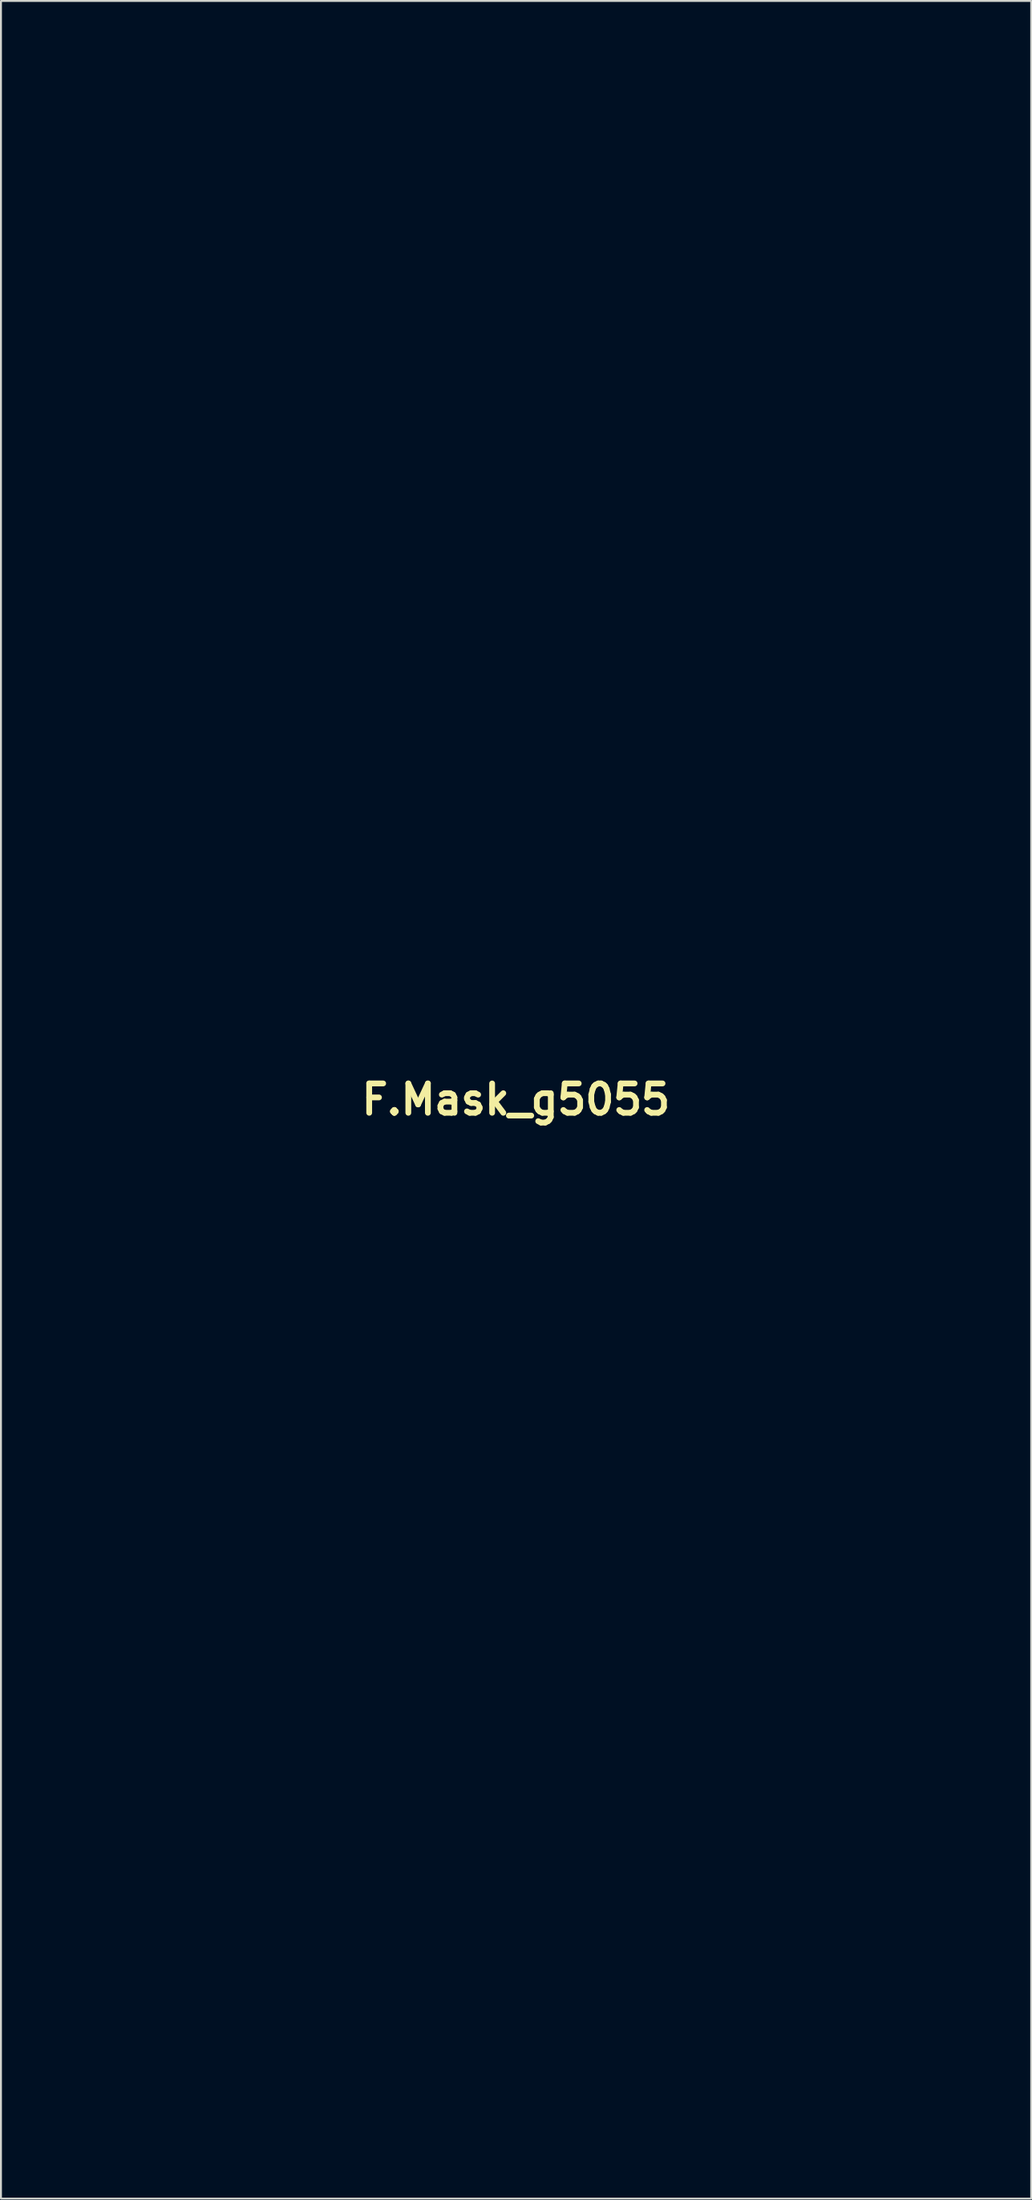
<source format=kicad_pcb>
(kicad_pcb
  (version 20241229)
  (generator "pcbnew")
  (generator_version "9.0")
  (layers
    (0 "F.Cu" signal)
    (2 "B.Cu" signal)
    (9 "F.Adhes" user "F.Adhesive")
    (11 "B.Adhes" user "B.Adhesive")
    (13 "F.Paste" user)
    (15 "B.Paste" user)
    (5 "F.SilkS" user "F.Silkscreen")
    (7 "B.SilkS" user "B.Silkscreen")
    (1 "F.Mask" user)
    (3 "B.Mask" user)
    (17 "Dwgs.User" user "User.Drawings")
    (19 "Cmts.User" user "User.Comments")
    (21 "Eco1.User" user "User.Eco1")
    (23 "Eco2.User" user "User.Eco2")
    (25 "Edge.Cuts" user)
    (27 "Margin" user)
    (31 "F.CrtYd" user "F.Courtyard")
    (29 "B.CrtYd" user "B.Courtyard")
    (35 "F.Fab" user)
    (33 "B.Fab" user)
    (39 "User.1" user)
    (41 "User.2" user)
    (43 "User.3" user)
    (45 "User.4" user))
  (footprint "F.Mask_g5055"
    (layer "F.Cu")
    (at 23.753 54.044)
    (property "Reference" "F.Mask_g5055" (at 0 0 0) (layer "F.SilkS") (effects (font (size 1.524 1.524) (thickness 0.3))))
    (attr through_hole)
    (fp_poly (pts (xy -6.056 -4.302) (xy -6.021 -4.261) (xy -5.99 -4.219) (xy -5.906 -4.115) (xy -5.795 -3.998) (xy -5.667 -3.876) (xy -5.531 -3.758) (xy -5.428 -3.678) (xy -5.324 -3.603) (xy -5.201 -3.522) (xy -5.058 -3.432) (xy -4.889 -3.331) (xy -4.692 -3.217) (xy -4.463 -3.089) (xy -4.297 -2.997) (xy -4.031 -2.847) (xy -3.798 -2.707) (xy -3.591 -2.572) (xy -3.404 -2.439) (xy -3.23 -2.303) (xy -3.207 -2.284) (xy -3.152 -2.236) (xy -3.072 -2.162) (xy -2.968 -2.064) (xy -2.845 -1.946) (xy -2.707 -1.812) (xy -2.556 -1.664) (xy -2.396 -1.506) (xy -2.232 -1.342) (xy -2.117 -1.227) (xy -1.953 -1.063) (xy -1.794 -0.906) (xy -1.644 -0.757) (xy -1.505 -0.621) (xy -1.381 -0.5) (xy -1.274 -0.397) (xy -1.189 -0.316) (xy -1.128 -0.26) (xy -1.099 -0.236) (xy -0.96 -0.125) (xy -0.921 0.654) (xy -0.904 1.08) (xy -0.895 1.466) (xy -0.895 1.816) (xy -0.904 2.132) (xy -0.923 2.416) (xy -0.95 2.671) (xy -0.988 2.898) (xy -1.035 3.101) (xy -1.071 3.221) (xy -1.081 3.254) (xy -1.089 3.279) (xy -1.102 3.299) (xy -1.124 3.314) (xy -1.161 3.328) (xy -1.218 3.343) (xy -1.3 3.359) (xy -1.413 3.38) (xy -1.563 3.407) (xy -1.566 3.408) (xy -1.64 3.423) (xy -1.75 3.445) (xy -1.889 3.474) (xy -2.051 3.509) (xy -2.232 3.548) (xy -2.424 3.59) (xy -2.622 3.634) (xy -2.699 3.651) (xy -3.025 3.723) (xy -3.313 3.786) (xy -3.57 3.841) (xy -3.798 3.887) (xy -4.002 3.927) (xy -4.187 3.961) (xy -4.356 3.989) (xy -4.514 4.012) (xy -4.665 4.032) (xy -4.814 4.049) (xy -4.942 4.062) (xy -5.132 4.076) (xy -5.343 4.086) (xy -5.562 4.093) (xy -5.776 4.095) (xy -5.973 4.093) (xy -6.138 4.085) (xy -6.468 4.056) (xy -6.761 4.014) (xy -7.023 3.956) (xy -7.258 3.882) (xy -7.47 3.789) (xy -7.664 3.675) (xy -7.845 3.54) (xy -8.016 3.381) (xy -8.027 3.37) (xy -8.147 3.234) (xy -8.268 3.075) (xy -8.379 2.908) (xy -8.466 2.754) (xy -8.561 2.54) (xy -8.646 2.294) (xy -8.72 2.025) (xy -8.78 1.742) (xy -8.797 1.64) (xy -8.817 1.472) (xy -8.829 1.274) (xy -8.835 1.055) (xy -8.833 0.828) (xy -8.825 0.603) (xy -8.81 0.391) (xy -8.788 0.203) (xy -8.786 0.194) (xy -8.694 -0.285) (xy -8.564 -0.754) (xy -8.395 -1.214) (xy -8.186 -1.666) (xy -7.938 -2.113) (xy -7.649 -2.554) (xy -7.319 -2.991) (xy -6.969 -3.401) (xy -6.894 -3.483) (xy -6.805 -3.578) (xy -6.707 -3.683) (xy -6.603 -3.791) (xy -6.498 -3.9) (xy -6.395 -4.005) (xy -6.3 -4.102) (xy -6.217 -4.186) (xy -6.149 -4.253) (xy -6.101 -4.298) (xy -6.077 -4.318) (xy -6.075 -4.318) (xy -6.056 -4.302)) (stroke (width 0.01) (type solid)) (fill yes) (layer "F.Mask"))
    (fp_poly (pts (xy 19.604 -54.034) (xy 19.736 -54.02) (xy 19.855 -53.992) (xy 19.977 -53.947) (xy 20.055 -53.913) (xy 20.256 -53.798) (xy 20.43 -53.653) (xy 20.579 -53.476) (xy 20.699 -53.276) (xy 20.753 -53.164) (xy 20.8 -53.05) (xy 20.84 -52.93) (xy 20.877 -52.796) (xy 20.91 -52.641) (xy 20.943 -52.46) (xy 20.976 -52.245) (xy 20.987 -52.165) (xy 21.008 -52.027) (xy 21.032 -51.889) (xy 21.056 -51.761) (xy 21.079 -51.657) (xy 21.093 -51.604) (xy 21.12 -51.509) (xy 21.146 -51.412) (xy 21.171 -51.311) (xy 21.197 -51.201) (xy 21.223 -51.079) (xy 21.252 -50.941) (xy 21.283 -50.783) (xy 21.318 -50.602) (xy 21.356 -50.395) (xy 21.4 -50.157) (xy 21.449 -49.884) (xy 21.504 -49.573) (xy 21.504 -49.572) (xy 21.562 -49.243) (xy 21.611 -48.945) (xy 21.653 -48.667) (xy 21.69 -48.402) (xy 21.722 -48.139) (xy 21.751 -47.869) (xy 21.777 -47.583) (xy 21.802 -47.272) (xy 21.823 -46.99) (xy 21.846 -46.667) (xy 21.868 -46.382) (xy 21.889 -46.131) (xy 21.908 -45.911) (xy 21.928 -45.716) (xy 21.947 -45.544) (xy 21.966 -45.389) (xy 21.972 -45.35) (xy 22.004 -45.107) (xy 22.032 -44.889) (xy 22.055 -44.687) (xy 22.074 -44.494) (xy 22.091 -44.302) (xy 22.104 -44.102) (xy 22.116 -43.887) (xy 22.126 -43.65) (xy 22.136 -43.382) (xy 22.14 -43.239) (xy 22.147 -42.976) (xy 22.15 -42.731) (xy 22.15 -42.495) (xy 22.145 -42.261) (xy 22.136 -42.021) (xy 22.123 -41.767) (xy 22.104 -41.492) (xy 22.081 -41.186) (xy 22.065 -41) (xy 22.049 -40.807) (xy 22.035 -40.642) (xy 22.022 -40.499) (xy 22.01 -40.373) (xy 21.998 -40.258) (xy 21.986 -40.148) (xy 21.972 -40.036) (xy 21.956 -39.918) (xy 21.937 -39.788) (xy 21.914 -39.64) (xy 21.887 -39.468) (xy 21.855 -39.266) (xy 21.818 -39.029) (xy 21.813 -39) (xy 21.793 -38.859) (xy 21.774 -38.692) (xy 21.757 -38.516) (xy 21.743 -38.346) (xy 21.738 -38.259) (xy 21.722 -38.02) (xy 21.7 -37.793) (xy 21.672 -37.566) (xy 21.635 -37.33) (xy 21.588 -37.073) (xy 21.534 -36.809) (xy 21.501 -36.648) (xy 21.466 -36.476) (xy 21.431 -36.306) (xy 21.4 -36.152) (xy 21.375 -36.026) (xy 21.307 -35.691) (xy 21.234 -35.378) (xy 21.154 -35.074) (xy 21.062 -34.767) (xy 20.956 -34.444) (xy 20.877 -34.22) (xy 20.834 -34.097) (xy 20.798 -33.987) (xy 20.768 -33.885) (xy 20.741 -33.782) (xy 20.717 -33.671) (xy 20.694 -33.547) (xy 20.671 -33.402) (xy 20.646 -33.229) (xy 20.617 -33.021) (xy 20.616 -33.009) (xy 20.574 -32.742) (xy 20.525 -32.504) (xy 20.465 -32.282) (xy 20.39 -32.065) (xy 20.311 -31.869) (xy 20.261 -31.75) (xy 20.2 -31.603) (xy 20.133 -31.439) (xy 20.066 -31.272) (xy 20.002 -31.112) (xy 19.991 -31.083) (xy 19.93 -30.935) (xy 19.854 -30.755) (xy 19.765 -30.551) (xy 19.666 -30.33) (xy 19.561 -30.099) (xy 19.453 -29.864) (xy 19.344 -29.632) (xy 19.239 -29.41) (xy 19.139 -29.205) (xy 19.049 -29.023) (xy 18.988 -28.903) (xy 18.93 -28.796) (xy 18.854 -28.66) (xy 18.763 -28.501) (xy 18.66 -28.324) (xy 18.549 -28.137) (xy 18.435 -27.945) (xy 18.321 -27.755) (xy 18.21 -27.573) (xy 18.106 -27.405) (xy 18.013 -27.257) (xy 17.936 -27.136) (xy 17.911 -27.098) (xy 17.838 -26.986) (xy 17.754 -26.85) (xy 17.668 -26.704) (xy 17.587 -26.564) (xy 17.555 -26.506) (xy 17.44 -26.298) (xy 17.336 -26.124) (xy 17.24 -25.976) (xy 17.147 -25.848) (xy 17.052 -25.734) (xy 16.973 -25.648) (xy 16.91 -25.583) (xy 16.862 -25.525) (xy 16.825 -25.469) (xy 16.795 -25.406) (xy 16.771 -25.329) (xy 16.75 -25.231) (xy 16.728 -25.104) (xy 16.708 -24.977) (xy 16.692 -24.843) (xy 16.681 -24.675) (xy 16.673 -24.48) (xy 16.67 -24.267) (xy 16.671 -24.043) (xy 16.677 -23.816) (xy 16.686 -23.594) (xy 16.7 -23.384) (xy 16.708 -23.294) (xy 16.742 -22.92) (xy 16.772 -22.58) (xy 16.799 -22.266) (xy 16.823 -21.971) (xy 16.845 -21.688) (xy 16.865 -21.408) (xy 16.884 -21.123) (xy 16.901 -20.849) (xy 16.923 -20.503) (xy 16.943 -20.195) (xy 16.961 -19.922) (xy 16.979 -19.678) (xy 16.995 -19.461) (xy 17.012 -19.265) (xy 17.028 -19.088) (xy 17.044 -18.924) (xy 17.061 -18.77) (xy 17.079 -18.622) (xy 17.091 -18.53) (xy 17.111 -18.394) (xy 17.131 -18.293) (xy 17.152 -18.22) (xy 17.179 -18.166) (xy 17.203 -18.135) (xy 17.21 -18.128) (xy 17.222 -18.123) (xy 17.242 -18.118) (xy 17.271 -18.114) (xy 17.312 -18.111) (xy 17.368 -18.108) (xy 17.442 -18.105) (xy 17.535 -18.103) (xy 17.65 -18.101) (xy 17.79 -18.1) (xy 17.958 -18.099) (xy 18.155 -18.098) (xy 18.385 -18.098) (xy 18.649 -18.098) (xy 18.951 -18.098) (xy 19.292 -18.098) (xy 19.293 -18.098) (xy 19.7 -18.097) (xy 20.065 -18.097) (xy 20.388 -18.095) (xy 20.669 -18.094) (xy 20.908 -18.091) (xy 21.106 -18.089) (xy 21.261 -18.086) (xy 21.375 -18.082) (xy 21.448 -18.078) (xy 21.472 -18.075) (xy 21.658 -18.02) (xy 21.824 -17.93) (xy 21.967 -17.808) (xy 22.082 -17.659) (xy 22.165 -17.487) (xy 22.201 -17.361) (xy 22.206 -17.318) (xy 22.21 -17.237) (xy 22.213 -17.123) (xy 22.217 -16.979) (xy 22.219 -16.809) (xy 22.221 -16.619) (xy 22.223 -16.412) (xy 22.225 -16.193) (xy 22.225 -15.965) (xy 22.226 -15.734) (xy 22.226 -15.504) (xy 22.225 -15.278) (xy 22.224 -15.061) (xy 22.222 -14.857) (xy 22.22 -14.671) (xy 22.218 -14.507) (xy 22.215 -14.369) (xy 22.211 -14.261) (xy 22.207 -14.188) (xy 22.204 -14.16) (xy 22.148 -13.975) (xy 22.053 -13.807) (xy 21.972 -13.709) (xy 21.861 -13.606) (xy 21.742 -13.528) (xy 21.608 -13.474) (xy 21.453 -13.439) (xy 21.269 -13.422) (xy 21.144 -13.42) (xy 20.876 -13.42) (xy 20.865 -13.192) (xy 20.844 -12.994) (xy 20.801 -12.82) (xy 20.731 -12.655) (xy 20.69 -12.581) (xy 20.624 -12.484) (xy 20.541 -12.385) (xy 20.454 -12.298) (xy 20.374 -12.235) (xy 20.369 -12.232) (xy 20.297 -12.188) (xy 20.463 -12.13) (xy 20.673 -12.036) (xy 20.858 -11.909) (xy 21.015 -11.753) (xy 21.142 -11.571) (xy 21.234 -11.365) (xy 21.262 -11.271) (xy 21.286 -11.135) (xy 21.295 -10.975) (xy 21.29 -10.807) (xy 21.272 -10.646) (xy 21.252 -10.553) (xy 21.209 -10.386) (xy 21.459 -10.13) (xy 21.566 -10.019) (xy 21.665 -9.911) (xy 21.761 -9.801) (xy 21.855 -9.686) (xy 21.953 -9.56) (xy 22.056 -9.419) (xy 22.17 -9.259) (xy 22.297 -9.074) (xy 22.441 -8.86) (xy 22.523 -8.737) (xy 22.709 -8.453) (xy 22.87 -8.198) (xy 23.009 -7.967) (xy 23.127 -7.755) (xy 23.226 -7.558) (xy 23.31 -7.372) (xy 23.379 -7.192) (xy 23.437 -7.014) (xy 23.484 -6.834) (xy 23.514 -6.698) (xy 23.584 -6.347) (xy 23.641 -6.03) (xy 23.687 -5.744) (xy 23.722 -5.484) (xy 23.747 -5.244) (xy 23.763 -5.021) (xy 23.77 -4.808) (xy 23.77 -4.74) (xy 23.762 -4.452) (xy 23.738 -4.195) (xy 23.696 -3.964) (xy 23.634 -3.751) (xy 23.551 -3.549) (xy 23.503 -3.451) (xy 23.465 -3.382) (xy 23.424 -3.314) (xy 23.378 -3.243) (xy 23.323 -3.165) (xy 23.255 -3.074) (xy 23.171 -2.967) (xy 23.067 -2.837) (xy 22.94 -2.681) (xy 22.911 -2.645) (xy 22.76 -2.457) (xy 22.635 -2.296) (xy 22.536 -2.157) (xy 22.458 -2.038) (xy 22.4 -1.934) (xy 22.38 -1.893) (xy 22.351 -1.818) (xy 22.33 -1.739) (xy 22.319 -1.651) (xy 22.317 -1.547) (xy 22.324 -1.42) (xy 22.341 -1.266) (xy 22.366 -1.077) (xy 22.37 -1.048) (xy 22.406 -0.794) (xy 22.434 -0.577) (xy 22.455 -0.39) (xy 22.469 -0.227) (xy 22.477 -0.083) (xy 22.478 0.048) (xy 22.474 0.172) (xy 22.464 0.294) (xy 22.456 0.37) (xy 22.402 0.663) (xy 22.314 0.93) (xy 22.193 1.174) (xy 22.036 1.394) (xy 21.961 1.479) (xy 21.833 1.602) (xy 21.67 1.737) (xy 21.477 1.881) (xy 21.257 2.031) (xy 21.015 2.183) (xy 20.756 2.336) (xy 20.485 2.485) (xy 20.438 2.509) (xy 20.333 2.565) (xy 20.242 2.616) (xy 20.172 2.658) (xy 20.128 2.687) (xy 20.116 2.698) (xy 20.117 2.727) (xy 20.125 2.789) (xy 20.14 2.879) (xy 20.16 2.988) (xy 20.181 3.093) (xy 20.231 3.354) (xy 20.269 3.583) (xy 20.296 3.79) (xy 20.315 3.985) (xy 20.324 4.177) (xy 20.327 4.329) (xy 20.323 4.525) (xy 20.31 4.717) (xy 20.291 4.894) (xy 20.265 5.05) (xy 20.234 5.175) (xy 20.219 5.217) (xy 20.132 5.384) (xy 20.006 5.54) (xy 19.842 5.684) (xy 19.642 5.815) (xy 19.409 5.932) (xy 19.144 6.034) (xy 18.849 6.119) (xy 18.763 6.139) (xy 18.55 6.187) (xy 18.277 6.771) (xy 18.106 7.141) (xy 17.952 7.476) (xy 17.816 7.779) (xy 17.696 8.055) (xy 17.589 8.307) (xy 17.496 8.537) (xy 17.415 8.749) (xy 17.344 8.947) (xy 17.282 9.132) (xy 17.228 9.31) (xy 17.18 9.482) (xy 17.169 9.525) (xy 17.116 9.745) (xy 17.078 9.937) (xy 17.053 10.115) (xy 17.038 10.29) (xy 17.034 10.475) (xy 17.033 10.499) (xy 17.034 10.596) (xy 17.036 10.677) (xy 17.04 10.749) (xy 17.048 10.821) (xy 17.061 10.901) (xy 17.08 10.995) (xy 17.107 11.112) (xy 17.141 11.261) (xy 17.154 11.314) (xy 17.244 11.699) (xy 17.322 12.047) (xy 17.39 12.363) (xy 17.447 12.65) (xy 17.495 12.913) (xy 17.534 13.154) (xy 17.565 13.378) (xy 17.588 13.59) (xy 17.604 13.792) (xy 17.614 13.989) (xy 17.618 14.182) (xy 17.618 14.379) (xy 17.615 14.577) (xy 17.609 14.769) (xy 17.601 14.949) (xy 17.59 15.111) (xy 17.578 15.248) (xy 17.565 15.352) (xy 17.556 15.399) (xy 17.487 15.602) (xy 17.386 15.781) (xy 17.255 15.933) (xy 17.097 16.055) (xy 16.916 16.145) (xy 16.714 16.198) (xy 16.695 16.201) (xy 16.635 16.213) (xy 16.607 16.227) (xy 16.602 16.251) (xy 16.605 16.263) (xy 16.611 16.298) (xy 16.621 16.367) (xy 16.636 16.464) (xy 16.652 16.579) (xy 16.669 16.701) (xy 16.704 16.944) (xy 16.743 17.211) (xy 16.786 17.498) (xy 16.832 17.801) (xy 16.881 18.114) (xy 16.931 18.434) (xy 16.982 18.756) (xy 17.034 19.075) (xy 17.085 19.388) (xy 17.135 19.69) (xy 17.183 19.976) (xy 17.228 20.242) (xy 17.27 20.483) (xy 17.308 20.696) (xy 17.342 20.875) (xy 17.368 21.009) (xy 17.548 21.828) (xy 17.748 22.615) (xy 17.966 23.371) (xy 18.203 24.092) (xy 18.458 24.778) (xy 18.73 25.427) (xy 18.815 25.613) (xy 18.877 25.749) (xy 18.923 25.854) (xy 18.956 25.938) (xy 18.979 26.008) (xy 18.995 26.072) (xy 19.006 26.14) (xy 19.011 26.174) (xy 19.021 26.302) (xy 19.025 26.449) (xy 19.022 26.605) (xy 19.013 26.756) (xy 18.999 26.892) (xy 18.98 27) (xy 18.975 27.019) (xy 18.909 27.201) (xy 18.814 27.38) (xy 18.699 27.541) (xy 18.633 27.614) (xy 18.476 27.743) (xy 18.291 27.849) (xy 18.088 27.926) (xy 17.876 27.971) (xy 17.715 27.982) (xy 17.653 27.984) (xy 17.622 27.992) (xy 17.612 28.016) (xy 17.611 28.051) (xy 17.614 28.129) (xy 17.625 28.245) (xy 17.641 28.396) (xy 17.663 28.577) (xy 17.691 28.786) (xy 17.723 29.02) (xy 17.759 29.273) (xy 17.799 29.543) (xy 17.841 29.827) (xy 17.887 30.12) (xy 17.934 30.42) (xy 17.983 30.722) (xy 18.033 31.023) (xy 18.083 31.32) (xy 18.131 31.591) (xy 18.199 31.976) (xy 18.272 32.376) (xy 18.348 32.786) (xy 18.426 33.199) (xy 18.505 33.611) (xy 18.584 34.017) (xy 18.662 34.411) (xy 18.738 34.787) (xy 18.811 35.141) (xy 18.879 35.467) (xy 18.942 35.76) (xy 18.977 35.916) (xy 19.025 36.134) (xy 19.063 36.317) (xy 19.092 36.47) (xy 19.112 36.599) (xy 19.124 36.71) (xy 19.129 36.808) (xy 19.127 36.9) (xy 19.119 36.99) (xy 19.115 37.023) (xy 19.064 37.28) (xy 18.978 37.511) (xy 18.859 37.717) (xy 18.705 37.898) (xy 18.517 38.054) (xy 18.295 38.185) (xy 18.098 38.27) (xy 18.013 38.302) (xy 17.941 38.329) (xy 17.892 38.347) (xy 17.881 38.351) (xy 17.867 38.362) (xy 17.872 38.384) (xy 17.898 38.424) (xy 17.949 38.486) (xy 17.963 38.502) (xy 18.265 38.882) (xy 18.551 39.295) (xy 18.818 39.738) (xy 19.063 40.205) (xy 19.285 40.691) (xy 19.481 41.189) (xy 19.649 41.696) (xy 19.787 42.205) (xy 19.893 42.712) (xy 19.965 43.212) (xy 19.983 43.392) (xy 19.996 43.631) (xy 19.998 43.877) (xy 19.988 44.121) (xy 19.969 44.354) (xy 19.939 44.566) (xy 19.901 44.749) (xy 19.886 44.805) (xy 19.869 44.883) (xy 19.876 44.951) (xy 19.882 44.975) (xy 19.891 45.024) (xy 19.898 45.108) (xy 19.903 45.217) (xy 19.906 45.343) (xy 19.907 45.403) (xy 19.906 45.538) (xy 19.904 45.64) (xy 19.899 45.718) (xy 19.89 45.781) (xy 19.877 45.838) (xy 19.858 45.899) (xy 19.858 45.9) (xy 19.79 46.076) (xy 19.71 46.224) (xy 19.608 46.361) (xy 19.505 46.471) (xy 19.401 46.569) (xy 19.298 46.652) (xy 19.187 46.724) (xy 19.061 46.789) (xy 18.912 46.852) (xy 18.731 46.918) (xy 18.673 46.938) (xy 18.658 46.953) (xy 18.673 46.983) (xy 18.683 46.997) (xy 18.872 47.242) (xy 19.035 47.466) (xy 19.177 47.675) (xy 19.303 47.878) (xy 19.418 48.081) (xy 19.495 48.228) (xy 19.669 48.605) (xy 19.808 48.988) (xy 19.916 49.383) (xy 19.993 49.796) (xy 20.042 50.235) (xy 20.046 50.294) (xy 20.055 50.462) (xy 20.059 50.635) (xy 20.056 50.817) (xy 20.048 51.011) (xy 20.033 51.222) (xy 20.012 51.454) (xy 19.983 51.71) (xy 19.947 51.994) (xy 19.903 52.311) (xy 19.851 52.664) (xy 19.835 52.769) (xy 19.81 52.94) (xy 19.785 53.118) (xy 19.761 53.293) (xy 19.741 53.453) (xy 19.725 53.588) (xy 19.718 53.655) (xy 19.707 53.767) (xy 19.697 53.863) (xy 19.689 53.936) (xy 19.683 53.978) (xy 19.681 53.985) (xy 19.659 53.985) (xy 19.597 53.986) (xy 19.493 53.986) (xy 19.35 53.987) (xy 19.168 53.987) (xy 18.948 53.988) (xy 18.691 53.989) (xy 18.397 53.99) (xy 18.068 53.991) (xy 17.705 53.991) (xy 17.308 53.992) (xy 16.878 53.994) (xy 16.416 53.995) (xy 15.923 53.996) (xy 15.4 53.997) (xy 14.847 53.998) (xy 14.266 53.999) (xy 13.658 54.001) (xy 13.022 54.002) (xy 12.361 54.004) (xy 11.675 54.005) (xy 10.964 54.006) (xy 10.23 54.008) (xy 9.474 54.01) (xy 8.697 54.011) (xy 7.898 54.013) (xy 7.08 54.014) (xy 6.243 54.016) (xy 5.388 54.018) (xy 4.515 54.019) (xy 3.626 54.021) (xy 2.722 54.023) (xy 1.803 54.025) (xy 0.87 54.026) (xy -0.075 54.028) (xy -1.033 54.03) (xy -2.002 54.032) (xy -2.981 54.034) (xy -3.97 54.035) (xy -4.967 54.037) (xy -5.972 54.039) (xy -6.983 54.041) (xy -8.001 54.043) (xy -9.024 54.045) (xy -10.051 54.047) (xy -11.081 54.048) (xy -12.114 54.05) (xy -13.149 54.052) (xy -13.77 54.053) (xy -21.646 54.067) (xy -21.681 53.899) (xy -21.736 53.619) (xy -21.778 53.349) (xy -21.809 53.079) (xy -21.829 52.8) (xy -21.839 52.503) (xy -21.84 52.178) (xy -21.838 52.023) (xy -21.817 51.533) (xy -21.774 51.065) (xy -21.731 50.779) (xy -11.853 50.779) (xy -11.853 53.255) (xy 10.901 53.255) (xy 10.901 50.779) (xy -11.853 50.779) (xy -21.731 50.779) (xy -21.706 50.61) (xy -21.613 50.16) (xy -21.491 49.705) (xy -21.34 49.238) (xy -21.215 48.897) (xy -21.099 48.592) (xy -21.132 48.421) (xy -21.195 47.997) (xy -21.221 47.58) (xy -21.208 47.173) (xy -21.157 46.779) (xy -21.069 46.4) (xy -21.039 46.304) (xy -20.978 46.112) (xy -21.028 46.059) (xy -21.101 45.967) (xy -21.176 45.849) (xy -21.244 45.72) (xy -21.299 45.593) (xy -21.305 45.576) (xy -21.343 45.431) (xy -21.367 45.262) (xy -21.377 45.081) (xy -21.374 44.897) (xy -21.357 44.722) (xy -21.327 44.567) (xy -21.289 44.452) (xy -21.253 44.329) (xy -21.244 44.217) (xy -21.247 44.142) (xy -21.26 44.071) (xy -21.286 43.998) (xy -21.329 43.916) (xy -21.392 43.818) (xy -21.479 43.696) (xy -21.509 43.654) (xy -21.602 43.527) (xy -21.674 43.426) (xy -21.729 43.343) (xy -21.772 43.271) (xy -21.807 43.203) (xy -21.834 43.145) (xy -21.916 42.912) (xy -21.959 42.675) (xy -21.962 42.429) (xy -21.94 42.247) (xy -21.896 42.028) (xy -21.837 41.824) (xy -21.759 41.624) (xy -21.658 41.42) (xy -21.531 41.202) (xy -21.478 41.118) (xy -21.353 40.911) (xy -21.254 40.721) (xy -21.177 40.536) (xy -21.118 40.344) (xy -21.073 40.134) (xy -21.049 39.984) (xy -21.023 39.833) (xy -20.991 39.711) (xy -20.946 39.606) (xy -20.883 39.505) (xy -20.796 39.395) (xy -20.765 39.359) (xy -20.677 39.255) (xy -20.614 39.167) (xy -20.571 39.084) (xy -20.542 38.993) (xy -20.523 38.882) (xy -20.512 38.783) (xy -20.474 38.522) (xy -20.413 38.289) (xy -20.324 38.072) (xy -20.205 37.861) (xy -20.127 37.747) (xy -20.003 37.574) (xy -20.003 37.404) (xy -19.999 37.29) (xy -19.988 37.155) (xy -19.973 37.012) (xy -19.953 36.873) (xy -19.932 36.751) (xy -19.91 36.657) (xy -19.908 36.65) (xy -19.891 36.591) (xy -19.882 36.551) (xy -19.882 36.543) (xy -19.903 36.535) (xy -19.953 36.52) (xy -20.013 36.503) (xy -20.202 36.437) (xy -20.391 36.348) (xy -20.573 36.242) (xy -20.741 36.124) (xy -20.888 35.997) (xy -21.007 35.868) (xy -21.093 35.74) (xy -21.103 35.721) (xy -21.133 35.654) (xy -21.158 35.588) (xy -21.177 35.518) (xy -21.189 35.444) (xy -21.195 35.362) (xy -21.193 35.271) (xy -21.182 35.167) (xy -21.164 35.048) (xy -21.136 34.913) (xy -21.099 34.758) (xy -21.052 34.58) (xy -20.994 34.378) (xy -20.925 34.15) (xy -20.845 33.891) (xy -20.752 33.601) (xy -20.647 33.277) (xy -20.528 32.916) (xy -20.486 32.787) (xy -20.389 32.494) (xy -20.304 32.236) (xy -20.231 32.011) (xy -20.167 31.814) (xy -20.112 31.64) (xy -20.065 31.485) (xy -20.025 31.347) (xy -19.99 31.219) (xy -19.96 31.099) (xy -19.934 30.981) (xy -19.91 30.863) (xy -19.887 30.739) (xy -19.865 30.606) (xy -19.843 30.459) (xy -19.818 30.295) (xy -19.791 30.109) (xy -19.78 30.034) (xy -19.756 29.869) (xy -19.733 29.716) (xy -19.713 29.581) (xy -19.696 29.469) (xy -19.682 29.384) (xy -19.674 29.334) (xy -19.672 29.323) (xy -19.671 29.296) (xy -19.69 29.27) (xy -19.736 29.239) (xy -19.788 29.21) (xy -19.911 29.128) (xy -20.031 29.02) (xy -20.138 28.897) (xy -20.218 28.772) (xy -20.234 28.74) (xy -20.297 28.575) (xy -20.332 28.416) (xy -20.341 28.253) (xy -20.321 28.081) (xy -20.274 27.892) (xy -20.202 27.686) (xy -20.179 27.624) (xy -20.144 27.527) (xy -20.099 27.401) (xy -20.045 27.25) (xy -19.985 27.079) (xy -19.919 26.893) (xy -19.851 26.699) (xy -19.797 26.543) (xy -19.679 26.206) (xy -19.574 25.906) (xy -19.479 25.639) (xy -19.393 25.403) (xy -19.315 25.193) (xy -19.243 25.008) (xy -19.177 24.842) (xy -19.115 24.693) (xy -19.056 24.558) (xy -18.998 24.433) (xy -18.941 24.315) (xy -18.89 24.217) (xy -18.774 23.995) (xy -18.822 23.814) (xy -18.841 23.737) (xy -18.854 23.665) (xy -18.862 23.587) (xy -18.867 23.495) (xy -18.868 23.376) (xy -18.868 23.283) (xy -18.867 23.145) (xy -18.863 23.038) (xy -18.856 22.951) (xy -18.845 22.875) (xy -18.829 22.797) (xy -18.81 22.724) (xy -18.747 22.529) (xy -18.653 22.309) (xy -18.53 22.066) (xy -18.38 21.802) (xy -18.293 21.661) (xy -18.204 21.519) (xy -18.135 21.404) (xy -18.081 21.311) (xy -18.039 21.231) (xy -18.007 21.158) (xy -17.98 21.083) (xy -17.955 20.999) (xy -17.93 20.9) (xy -17.915 20.843) (xy -17.893 20.754) (xy -17.861 20.631) (xy -17.822 20.48) (xy -17.777 20.308) (xy -17.728 20.121) (xy -17.677 19.927) (xy -17.625 19.731) (xy -17.618 19.706) (xy -17.54 19.413) (xy -17.473 19.155) (xy -17.416 18.93) (xy -17.367 18.731) (xy -17.325 18.556) (xy -17.291 18.398) (xy -17.261 18.254) (xy -17.236 18.12) (xy -17.215 17.99) (xy -17.207 17.939) (xy -17.19 17.828) (xy -17.174 17.725) (xy -17.156 17.624) (xy -17.136 17.52) (xy -17.113 17.405) (xy -17.085 17.273) (xy -17.052 17.118) (xy -17.01 16.933) (xy -16.968 16.742) (xy -16.905 16.459) (xy -16.852 16.213) (xy -16.81 16) (xy -16.777 15.818) (xy -16.752 15.662) (xy -16.737 15.528) (xy -16.729 15.414) (xy -16.728 15.316) (xy -16.734 15.23) (xy -16.741 15.185) (xy -16.755 15.111) (xy -16.777 15.022) (xy -16.802 14.925) (xy -16.83 14.828) (xy -16.857 14.74) (xy -16.881 14.669) (xy -16.9 14.623) (xy -16.911 14.611) (xy -17.107 14.7) (xy -17.304 14.749) (xy -17.498 14.758) (xy -17.687 14.725) (xy -17.839 14.667) (xy -17.93 14.616) (xy -18.013 14.555) (xy -18.091 14.48) (xy -18.168 14.385) (xy -18.248 14.267) (xy -18.334 14.12) (xy -18.43 13.94) (xy -18.477 13.846) (xy -18.666 13.434) (xy -18.826 13.007) (xy -18.958 12.561) (xy -19.064 12.091) (xy -19.145 11.591) (xy -19.16 11.472) (xy -19.171 11.355) (xy -19.179 11.203) (xy -19.184 11.025) (xy -19.187 10.828) (xy -19.188 10.62) (xy -19.186 10.408) (xy -19.181 10.202) (xy -19.175 10.008) (xy -19.166 9.835) (xy -19.155 9.689) (xy -19.149 9.631) (xy -19.045 8.938) (xy -18.904 8.26) (xy -18.724 7.594) (xy -18.504 6.936) (xy -18.244 6.284) (xy -18.079 5.918) (xy -18.037 5.828) (xy -18.002 5.752) (xy -17.979 5.698) (xy -17.971 5.675) (xy -17.971 5.675) (xy -17.982 5.654) (xy -18.015 5.606) (xy -18.061 5.542) (xy -18.095 5.497) (xy -18.219 5.331) (xy -18.502 5.323) (xy -18.836 5.295) (xy -19.149 5.23) (xy -19.44 5.13) (xy -19.709 4.994) (xy -19.955 4.821) (xy -20.082 4.711) (xy -20.238 4.551) (xy -20.364 4.394) (xy -20.468 4.226) (xy -20.529 4.103) (xy -20.616 3.88) (xy -20.677 3.646) (xy -20.711 3.412) (xy -20.715 3.191) (xy -20.711 3.143) (xy -20.702 3.055) (xy -20.688 2.932) (xy -20.67 2.783) (xy -20.649 2.613) (xy -20.625 2.431) (xy -20.601 2.244) (xy -20.576 2.059) (xy -20.553 1.883) (xy -20.53 1.724) (xy -20.511 1.589) (xy -20.495 1.485) (xy -20.489 1.449) (xy -20.473 1.352) (xy -20.459 1.272) (xy -20.45 1.216) (xy -20.447 1.194) (xy -20.466 1.189) (xy -20.513 1.186) (xy -20.537 1.186) (xy -20.597 1.192) (xy -20.646 1.213) (xy -20.699 1.259) (xy -20.709 1.269) (xy -20.841 1.372) (xy -20.996 1.445) (xy -21.166 1.487) (xy -21.344 1.499) (xy -21.522 1.478) (xy -21.693 1.425) (xy -21.78 1.381) (xy -21.859 1.327) (xy -21.954 1.248) (xy -22.055 1.152) (xy -22.153 1.051) (xy -22.239 0.951) (xy -22.281 0.896) (xy -22.36 0.772) (xy -22.435 0.631) (xy -10.089 0.631) (xy -10.083 1.186) (xy -10.05 1.75) (xy -9.991 2.313) (xy -9.907 2.869) (xy -9.894 2.938) (xy -9.841 3.218) (xy -9.791 3.459) (xy -9.742 3.666) (xy -9.693 3.843) (xy -9.643 3.992) (xy -9.589 4.118) (xy -9.53 4.224) (xy -9.465 4.314) (xy -9.392 4.393) (xy -9.309 4.462) (xy -9.236 4.514) (xy -9.137 4.576) (xy -9.035 4.629) (xy -8.925 4.677) (xy -8.8 4.72) (xy -8.657 4.761) (xy -8.488 4.8) (xy -8.29 4.841) (xy -8.055 4.883) (xy -8.022 4.889) (xy -7.756 4.939) (xy -7.528 4.989) (xy -7.333 5.04) (xy -7.167 5.096) (xy -7.024 5.156) (xy -6.901 5.224) (xy -6.793 5.299) (xy -6.782 5.307) (xy -6.654 5.428) (xy -6.532 5.582) (xy -6.416 5.77) (xy -6.305 5.994) (xy -6.197 6.257) (xy -6.091 6.561) (xy -6.084 6.582) (xy -5.995 6.858) (xy -5.914 7.098) (xy -5.84 7.304) (xy -5.771 7.482) (xy -5.705 7.635) (xy -5.641 7.768) (xy -5.575 7.885) (xy -5.507 7.989) (xy -5.434 8.085) (xy -5.355 8.177) (xy -5.325 8.21) (xy -5.27 8.262) (xy -5.187 8.335) (xy -5.082 8.424) (xy -4.959 8.523) (xy -4.825 8.63) (xy -4.685 8.738) (xy -4.545 8.843) (xy -4.434 8.925) (xy -4.013 9.213) (xy -3.593 9.459) (xy -3.171 9.666) (xy -2.744 9.835) (xy -2.308 9.967) (xy -1.862 10.064) (xy -1.587 10.106) (xy -1.469 10.117) (xy -1.321 10.126) (xy -1.154 10.132) (xy -0.977 10.135) (xy -0.8 10.136) (xy -0.634 10.133) (xy -0.489 10.127) (xy -0.374 10.118) (xy -0.359 10.117) (xy 0.031 10.052) (xy 0.392 9.957) (xy 0.729 9.831) (xy 0.91 9.746) (xy 1.001 9.697) (xy 1.094 9.643) (xy 1.182 9.589) (xy 1.261 9.536) (xy 1.326 9.49) (xy 1.371 9.454) (xy 1.391 9.431) (xy 1.381 9.425) (xy 1.376 9.426) (xy 1.089 9.48) (xy 0.771 9.523) (xy 0.433 9.553) (xy 0.085 9.571) (xy -0.159 9.575) (xy -0.535 9.567) (xy -0.878 9.542) (xy -1.195 9.499) (xy -1.492 9.437) (xy -1.774 9.354) (xy -2.05 9.248) (xy -2.254 9.155) (xy -2.462 9.043) (xy -2.663 8.915) (xy -2.862 8.766) (xy -3.066 8.59) (xy -3.284 8.383) (xy -3.303 8.363) (xy -3.574 8.073) (xy -3.816 7.774) (xy -4.034 7.459) (xy -4.232 7.121) (xy -4.416 6.753) (xy -4.518 6.521) (xy -4.556 6.427) (xy -4.599 6.318) (xy -4.644 6.2) (xy -4.689 6.081) (xy -4.731 5.966) (xy -4.768 5.862) (xy -4.797 5.777) (xy -4.816 5.716) (xy -4.823 5.686) (xy -4.822 5.684) (xy -4.801 5.678) (xy -4.744 5.663) (xy -4.656 5.64) (xy -4.543 5.611) (xy -4.411 5.578) (xy -4.264 5.541) (xy -4.255 5.538) (xy -3.769 5.412) (xy -3.32 5.288) (xy -2.905 5.164) (xy -2.518 5.039) (xy -2.156 4.911) (xy -1.813 4.779) (xy -1.683 4.726) (xy -1.437 4.625) (xy -1.225 4.542) (xy -1.041 4.473) (xy -0.88 4.419) (xy -0.737 4.378) (xy -0.607 4.348) (xy -0.485 4.328) (xy -0.366 4.316) (xy -0.245 4.311) (xy -0.201 4.311) (xy -0.107 4.312) (xy -0.028 4.316) (xy 0.045 4.325) (xy 0.118 4.34) (xy 0.2 4.363) (xy 0.298 4.397) (xy 0.42 4.444) (xy 0.573 4.504) (xy 0.582 4.508) (xy 0.895 4.628) (xy 1.201 4.733) (xy 1.511 4.827) (xy 1.835 4.913) (xy 2.184 4.994) (xy 2.487 5.057) (xy 2.666 5.092) (xy 2.818 5.12) (xy 2.952 5.143) (xy 3.077 5.161) (xy 3.205 5.176) (xy 3.344 5.189) (xy 3.504 5.202) (xy 3.695 5.216) (xy 3.725 5.218) (xy 3.963 5.235) (xy 4.165 5.254) (xy 4.335 5.275) (xy 4.48 5.299) (xy 4.605 5.325) (xy 4.715 5.357) (xy 4.72 5.358) (xy 4.925 5.443) (xy 5.099 5.555) (xy 5.241 5.693) (xy 5.334 5.828) (xy 5.4 5.944) (xy 5.806 5.688) (xy 5.954 5.595) (xy 6.118 5.491) (xy 6.285 5.385) (xy 6.442 5.285) (xy 6.571 5.203) (xy 6.688 5.13) (xy 6.8 5.063) (xy 6.901 5.006) (xy 6.981 4.964) (xy 7.034 4.941) (xy 7.036 4.94) (xy 7.098 4.926) (xy 7.189 4.914) (xy 7.313 4.904) (xy 7.474 4.895) (xy 7.62 4.889) (xy 7.81 4.881) (xy 7.965 4.871) (xy 8.09 4.859) (xy 8.193 4.842) (xy 8.279 4.821) (xy 8.355 4.793) (xy 8.428 4.759) (xy 8.448 4.749) (xy 8.518 4.705) (xy 8.582 4.656) (xy 8.604 4.635) (xy 8.66 4.577) (xy 8.492 4.637) (xy 8.341 4.681) (xy 8.179 4.712) (xy 8.001 4.727) (xy 7.804 4.728) (xy 7.585 4.714) (xy 7.338 4.685) (xy 7.06 4.641) (xy 6.748 4.582) (xy 6.693 4.571) (xy 6.489 4.531) (xy 6.311 4.5) (xy 6.144 4.477) (xy 5.972 4.46) (xy 5.781 4.447) (xy 5.736 4.445) (xy 5.58 4.435) (xy 5.436 4.422) (xy 5.295 4.405) (xy 5.15 4.383) (xy 4.995 4.354) (xy 4.823 4.318) (xy 4.625 4.272) (xy 4.396 4.216) (xy 4.339 4.202) (xy 4.113 4.146) (xy 3.921 4.1) (xy 3.756 4.062) (xy 3.613 4.033) (xy 3.485 4.01) (xy 3.366 3.992) (xy 3.248 3.979) (xy 3.125 3.969) (xy 2.991 3.961) (xy 2.919 3.958) (xy 2.762 3.95) (xy 2.619 3.94) (xy 2.484 3.927) (xy 2.351 3.91) (xy 2.215 3.888) (xy 2.071 3.86) (xy 1.913 3.825) (xy 1.736 3.781) (xy 1.534 3.728) (xy 1.302 3.665) (xy 1.058 3.598) (xy 0.854 3.544) (xy 0.629 3.492) (xy 0.402 3.444) (xy 0.191 3.405) (xy 0.144 3.397) (xy 0.104 3.389) (xy 0.077 3.375) (xy 0.057 3.345) (xy 0.035 3.29) (xy 0.013 3.222) (xy -0.023 3.101) (xy -0.055 2.979) (xy -0.084 2.85) (xy -0.111 2.711) (xy -0.136 2.556) (xy -0.16 2.38) (xy -0.183 2.18) (xy -0.207 1.951) (xy -0.233 1.688) (xy -0.254 1.448) (xy -0.27 1.266) (xy -0.286 1.09) (xy -0.301 0.926) (xy -0.315 0.78) (xy -0.327 0.659) (xy -0.337 0.57) (xy -0.342 0.53) (xy -0.356 0.364) (xy -0.352 0.213) (xy -0.327 0.073) (xy -0.28 -0.062) (xy -0.206 -0.195) (xy -0.105 -0.332) (xy 0.027 -0.478) (xy 0.191 -0.636) (xy 0.328 -0.758) (xy 0.5 -0.91) (xy 0.644 -1.042) (xy 0.762 -1.158) (xy 0.861 -1.264) (xy 0.945 -1.364) (xy 0.997 -1.432) (xy 1.071 -1.53) (xy 1.15 -1.62) (xy 1.239 -1.708) (xy 1.342 -1.798) (xy 1.464 -1.893) (xy 1.612 -2) (xy 1.789 -2.122) (xy 1.852 -2.164) (xy 2.04 -2.29) (xy 2.196 -2.398) (xy 2.326 -2.491) (xy 2.435 -2.573) (xy 2.526 -2.649) (xy 2.604 -2.722) (xy 2.675 -2.796) (xy 2.743 -2.875) (xy 2.812 -2.963) (xy 2.821 -2.974) (xy 2.894 -3.065) (xy 2.977 -3.154) (xy 3.073 -3.247) (xy 3.188 -3.347) (xy 3.329 -3.459) (xy 3.499 -3.59) (xy 3.506 -3.595) (xy 3.688 -3.736) (xy 3.836 -3.86) (xy 3.952 -3.97) (xy 4.04 -4.072) (xy 4.103 -4.167) (xy 4.144 -4.261) (xy 4.165 -4.357) (xy 4.17 -4.437) (xy 4.166 -4.518) (xy 4.157 -4.593) (xy 4.147 -4.63) (xy 4.125 -4.694) (xy 3.909 -4.582) (xy 3.813 -4.534) (xy 3.69 -4.477) (xy 3.553 -4.416) (xy 3.415 -4.358) (xy 3.348 -4.33) (xy 3.129 -4.239) (xy 2.945 -4.158) (xy 2.789 -4.082) (xy 2.656 -4.008) (xy 2.539 -3.933) (xy 2.433 -3.853) (xy 2.331 -3.765) (xy 2.227 -3.664) (xy 2.141 -3.575) (xy 2.057 -3.485) (xy 1.97 -3.389) (xy 1.878 -3.284) (xy 1.778 -3.165) (xy 1.666 -3.029) (xy 1.539 -2.872) (xy 1.394 -2.69) (xy 1.227 -2.48) (xy 1.175 -2.413) (xy 0.98 -2.167) (xy 0.808 -1.951) (xy 0.653 -1.762) (xy 0.513 -1.594) (xy 0.385 -1.443) (xy 0.264 -1.307) (xy 0.148 -1.18) (xy 0.032 -1.059) (xy -0.086 -0.94) (xy -0.11 -0.916) (xy -0.229 -0.801) (xy -0.325 -0.714) (xy -0.404 -0.651) (xy -0.47 -0.609) (xy -0.53 -0.584) (xy -0.589 -0.573) (xy -0.629 -0.572) (xy -0.716 -0.582) (xy -0.804 -0.613) (xy -0.897 -0.668) (xy -0.998 -0.75) (xy -1.11 -0.86) (xy -1.236 -1.003) (xy -1.38 -1.179) (xy -1.385 -1.185) (xy -1.481 -1.302) (xy -1.591 -1.429) (xy -1.704 -1.553) (xy -1.806 -1.66) (xy -1.818 -1.672) (xy -1.883 -1.737) (xy -1.944 -1.8) (xy -2.002 -1.863) (xy -2.064 -1.933) (xy -2.131 -2.012) (xy -2.208 -2.106) (xy -2.299 -2.218) (xy -2.406 -2.353) (xy -2.534 -2.515) (xy -2.603 -2.604) (xy -2.775 -2.811) (xy -2.96 -3.015) (xy -3.164 -3.217) (xy -3.389 -3.422) (xy -3.639 -3.631) (xy -3.917 -3.847) (xy -4.226 -4.075) (xy -4.571 -4.316) (xy -4.634 -4.359) (xy -4.834 -4.496) (xy -5.001 -4.616) (xy -5.141 -4.722) (xy -5.257 -4.816) (xy -5.354 -4.903) (xy -5.437 -4.985) (xy -5.453 -5.003) (xy -5.592 -5.175) (xy -5.691 -5.343) (xy -5.752 -5.511) (xy -5.774 -5.682) (xy -5.77 -5.783) (xy -5.74 -5.948) (xy -5.681 -6.133) (xy -5.596 -6.33) (xy -5.488 -6.532) (xy -5.36 -6.733) (xy -5.293 -6.826) (xy -5.203 -6.937) (xy -5.087 -7.07) (xy -4.948 -7.219) (xy -4.793 -7.379) (xy -4.625 -7.545) (xy -4.452 -7.711) (xy -4.278 -7.873) (xy -4.108 -8.024) (xy -3.968 -8.144) (xy -3.846 -8.248) (xy -3.722 -8.356) (xy -3.606 -8.461) (xy -3.504 -8.555) (xy -3.425 -8.633) (xy -3.407 -8.652) (xy -3.322 -8.743) (xy -3.246 -8.83) (xy -3.183 -8.908) (xy -3.136 -8.971) (xy -3.109 -9.015) (xy -3.105 -9.035) (xy -3.113 -9.035) (xy -3.146 -9.023) (xy -3.208 -9.002) (xy -3.287 -8.976) (xy -3.317 -8.966) (xy -3.531 -8.885) (xy -3.756 -8.781) (xy -3.995 -8.652) (xy -4.251 -8.496) (xy -4.525 -8.312) (xy -4.821 -8.098) (xy -5.14 -7.853) (xy -5.202 -7.805) (xy -5.23 -7.791) (xy -5.238 -7.792) (xy -5.238 -7.816) (xy -5.23 -7.874) (xy -5.216 -7.958) (xy -5.196 -8.059) (xy -5.173 -8.171) (xy -5.148 -8.286) (xy -5.122 -8.396) (xy -5.098 -8.494) (xy -5.092 -8.518) (xy -4.989 -8.858) (xy -4.869 -9.194) (xy -4.729 -9.528) (xy -4.566 -9.866) (xy -4.379 -10.21) (xy -4.166 -10.564) (xy -3.924 -10.934) (xy -3.651 -11.322) (xy -3.463 -11.578) (xy -3.303 -11.785) (xy -3.158 -11.961) (xy -3.023 -12.109) (xy -2.892 -12.234) (xy -2.76 -12.342) (xy -2.622 -12.437) (xy -2.473 -12.525) (xy -2.399 -12.563) (xy -2.114 -12.689) (xy -1.821 -12.779) (xy -1.515 -12.833) (xy -1.189 -12.854) (xy -1.132 -12.854) (xy -0.78 -12.833) (xy -0.442 -12.774) (xy -0.122 -12.676) (xy 0.181 -12.54) (xy 0.465 -12.367) (xy 0.728 -12.156) (xy 0.834 -12.056) (xy 0.897 -11.991) (xy 0.982 -11.901) (xy 1.084 -11.79) (xy 1.199 -11.664) (xy 1.321 -11.529) (xy 1.444 -11.392) (xy 1.495 -11.334) (xy 1.748 -11.052) (xy 1.981 -10.802) (xy 2.196 -10.583) (xy 2.395 -10.392) (xy 2.582 -10.228) (xy 2.758 -10.088) (xy 2.928 -9.97) (xy 3.094 -9.872) (xy 3.258 -9.792) (xy 3.424 -9.728) (xy 3.594 -9.678) (xy 3.715 -9.65) (xy 3.794 -9.637) (xy 3.89 -9.626) (xy 3.995 -9.617) (xy 4.1 -9.611) (xy 4.198 -9.608) (xy 4.279 -9.609) (xy 4.336 -9.613) (xy 4.36 -9.622) (xy 4.36 -9.623) (xy 4.347 -9.648) (xy 4.313 -9.694) (xy 4.266 -9.753) (xy 4.214 -9.814) (xy 4.163 -9.868) (xy 4.141 -9.891) (xy 4.078 -9.951) (xy 3.78 -9.936) (xy 3.585 -9.932) (xy 3.429 -9.939) (xy 3.31 -9.958) (xy 3.225 -9.989) (xy 3.196 -10.008) (xy 3.181 -10.024) (xy 3.168 -10.048) (xy 3.156 -10.085) (xy 3.146 -10.139) (xy 3.136 -10.214) (xy 3.126 -10.315) (xy 3.115 -10.446) (xy 3.103 -10.611) (xy 3.092 -10.77) (xy 3.082 -10.898) (xy 3.072 -10.991) (xy 3.06 -11.058) (xy 3.046 -11.106) (xy 3.027 -11.144) (xy 3.025 -11.147) (xy 2.994 -11.185) (xy 2.937 -11.244) (xy 2.86 -11.317) (xy 2.771 -11.399) (xy 2.702 -11.459) (xy 2.562 -11.584) (xy 2.456 -11.688) (xy 2.383 -11.772) (xy 2.354 -11.813) (xy 2.321 -11.867) (xy 2.27 -11.95) (xy 2.207 -12.052) (xy 2.136 -12.167) (xy 2.062 -12.286) (xy 2.061 -12.287) (xy 1.988 -12.407) (xy 1.918 -12.522) (xy 1.856 -12.626) (xy 1.808 -12.71) (xy 1.777 -12.767) (xy 1.777 -12.767) (xy 1.711 -12.909) (xy 1.642 -13.081) (xy 1.574 -13.274) (xy 1.511 -13.475) (xy 1.473 -13.61) (xy 1.421 -13.786) (xy 1.369 -13.935) (xy 1.317 -14.055) (xy 1.267 -14.142) (xy 1.222 -14.19) (xy 1.221 -14.191) (xy 1.198 -14.2) (xy 1.157 -14.207) (xy 1.093 -14.213) (xy 1.004 -14.219) (xy 0.884 -14.223) (xy 0.731 -14.227) (xy 0.54 -14.231) (xy 0.508 -14.231) (xy 0.292 -14.235) (xy 0.115 -14.24) (xy -0.029 -14.246) (xy -0.142 -14.253) (xy -0.23 -14.262) (xy -0.295 -14.272) (xy -0.307 -14.274) (xy -0.412 -14.293) (xy -0.518 -14.304) (xy -0.634 -14.305) (xy -0.767 -14.296) (xy -0.926 -14.278) (xy -1.116 -14.249) (xy -1.143 -14.245) (xy -1.347 -14.215) (xy -1.517 -14.195) (xy -1.662 -14.185) (xy -1.788 -14.186) (xy -1.904 -14.197) (xy -2 -14.214) (xy -2.184 -14.242) (xy -2.34 -14.241) (xy -2.469 -14.21) (xy -2.576 -14.15) (xy -2.595 -14.135) (xy -2.683 -14.036) (xy -2.74 -13.919) (xy -2.767 -13.781) (xy -2.763 -13.619) (xy -2.73 -13.43) (xy -2.72 -13.39) (xy -2.685 -13.227) (xy -2.672 -13.099) (xy -2.682 -13.003) (xy -2.712 -12.94) (xy -2.749 -12.904) (xy -2.796 -12.878) (xy -2.859 -12.859) (xy -2.945 -12.846) (xy -3.06 -12.839) (xy -3.21 -12.836) (xy -3.239 -12.836) (xy -3.399 -12.835) (xy -3.522 -12.834) (xy -3.613 -12.833) (xy -3.675 -12.83) (xy -3.715 -12.825) (xy -3.736 -12.817) (xy -3.743 -12.806) (xy -3.742 -12.791) (xy -3.738 -12.774) (xy -3.739 -12.699) (xy -3.777 -12.614) (xy -3.854 -12.515) (xy -3.914 -12.454) (xy -3.987 -12.381) (xy -4.034 -12.32) (xy -4.065 -12.256) (xy -4.079 -12.214) (xy -4.101 -12.102) (xy -4.112 -11.965) (xy -4.11 -11.818) (xy -4.096 -11.677) (xy -4.077 -11.582) (xy -4.06 -11.512) (xy -4.047 -11.46) (xy -4.043 -11.439) (xy -4.063 -11.436) (xy -4.118 -11.433) (xy -4.2 -11.431) (xy -4.302 -11.43) (xy -4.348 -11.43) (xy -4.654 -11.43) (xy -4.694 -11.372) (xy -4.718 -11.329) (xy -4.752 -11.257) (xy -4.792 -11.167) (xy -4.825 -11.087) (xy -4.873 -10.975) (xy -4.918 -10.889) (xy -4.968 -10.812) (xy -5.034 -10.729) (xy -5.072 -10.685) (xy -5.177 -10.564) (xy -5.255 -10.466) (xy -5.31 -10.383) (xy -5.346 -10.309) (xy -5.366 -10.237) (xy -5.375 -10.16) (xy -5.376 -10.124) (xy -5.381 -10.08) (xy -5.401 -10.048) (xy -5.443 -10.023) (xy -5.514 -10) (xy -5.589 -9.982) (xy -5.675 -9.955) (xy -5.758 -9.919) (xy -5.802 -9.894) (xy -5.89 -9.826) (xy -6 -9.728) (xy -6.128 -9.604) (xy -6.271 -9.459) (xy -6.424 -9.297) (xy -6.539 -9.17) (xy -6.63 -9.069) (xy -6.712 -8.978) (xy -6.782 -8.901) (xy -6.834 -8.845) (xy -6.865 -8.813) (xy -6.869 -8.81) (xy -6.891 -8.764) (xy -6.9 -8.68) (xy -6.9 -8.667) (xy -6.9 -8.551) (xy -7.274 -8.551) (xy -7.558 -8.357) (xy -7.729 -8.241) (xy -7.87 -8.145) (xy -7.984 -8.068) (xy -8.078 -8.007) (xy -8.154 -7.958) (xy -8.217 -7.919) (xy -8.273 -7.887) (xy -8.325 -7.859) (xy -8.376 -7.832) (xy -8.52 -7.767) (xy -8.673 -7.71) (xy -8.818 -7.666) (xy -8.872 -7.653) (xy -8.909 -7.641) (xy -8.922 -7.615) (xy -8.92 -7.563) (xy -8.92 -7.562) (xy -8.915 -7.509) (xy -8.907 -7.426) (xy -8.898 -7.325) (xy -8.889 -7.228) (xy -8.879 -7.132) (xy -8.864 -7.004) (xy -8.846 -6.854) (xy -8.826 -6.692) (xy -8.804 -6.529) (xy -8.794 -6.456) (xy -8.758 -6.187) (xy -8.728 -5.954) (xy -8.704 -5.75) (xy -8.686 -5.568) (xy -8.672 -5.403) (xy -8.663 -5.248) (xy -8.657 -5.096) (xy -8.655 -4.941) (xy -8.654 -4.889) (xy -8.659 -4.608) (xy -8.676 -4.357) (xy -8.708 -4.128) (xy -8.755 -3.912) (xy -8.819 -3.699) (xy -8.902 -3.479) (xy -8.902 -3.478) (xy -8.93 -3.413) (xy -8.974 -3.316) (xy -9.029 -3.193) (xy -9.094 -3.05) (xy -9.166 -2.895) (xy -9.241 -2.732) (xy -9.282 -2.646) (xy -9.419 -2.349) (xy -9.537 -2.085) (xy -9.638 -1.848) (xy -9.724 -1.632) (xy -9.796 -1.434) (xy -9.856 -1.247) (xy -9.906 -1.068) (xy -9.946 -0.89) (xy -9.98 -0.71) (xy -10.009 -0.521) (xy -10.021 -0.421) (xy -10.069 0.093) (xy -10.089 0.631) (xy -22.435 0.631) (xy -22.44 0.621) (xy -22.514 0.459) (xy -22.575 0.302) (xy -22.604 0.211) (xy -22.629 0.117) (xy -22.65 0.028) (xy -22.668 -0.06) (xy -22.682 -0.153) (xy -22.693 -0.255) (xy -22.702 -0.37) (xy -22.709 -0.504) (xy -22.714 -0.66) (xy -22.718 -0.843) (xy -22.72 -1.057) (xy -22.722 -1.308) (xy -22.722 -1.408) (xy -22.723 -1.694) (xy -22.722 -1.943) (xy -22.72 -2.159) (xy -22.717 -2.345) (xy -22.712 -2.506) (xy -22.706 -2.647) (xy -22.697 -2.772) (xy -22.686 -2.886) (xy -22.672 -2.992) (xy -22.655 -3.095) (xy -22.637 -3.196) (xy -22.587 -3.42) (xy -22.522 -3.671) (xy -22.443 -3.94) (xy -22.354 -4.216) (xy -22.258 -4.489) (xy -22.158 -4.75) (xy -22.149 -4.771) (xy -22.124 -4.837) (xy -22.108 -4.885) (xy -22.105 -4.904) (xy -22.126 -4.899) (xy -22.177 -4.879) (xy -22.248 -4.848) (xy -22.293 -4.827) (xy -22.439 -4.764) (xy -22.56 -4.72) (xy -22.668 -4.693) (xy -22.773 -4.681) (xy -22.888 -4.681) (xy -22.901 -4.682) (xy -23.094 -4.71) (xy -23.27 -4.777) (xy -23.426 -4.88) (xy -23.452 -4.902) (xy -23.579 -5.038) (xy -23.67 -5.189) (xy -23.726 -5.355) (xy -23.748 -5.54) (xy -23.736 -5.747) (xy -23.691 -5.978) (xy -23.687 -5.994) (xy -23.584 -6.325) (xy -23.45 -6.647) (xy -23.281 -6.963) (xy -23.079 -7.273) (xy -22.84 -7.579) (xy -22.565 -7.883) (xy -22.251 -8.186) (xy -21.898 -8.491) (xy -21.504 -8.797) (xy -21.426 -8.855) (xy -21.103 -9.091) (xy -21.116 -9.251) (xy -21.119 -9.377) (xy -21.104 -9.5) (xy -21.069 -9.631) (xy -21.011 -9.779) (xy -20.965 -9.882) (xy -20.808 -10.17) (xy -20.623 -10.43) (xy -20.432 -10.641) (xy -20.235 -10.837) (xy -20.305 -10.928) (xy -20.362 -11.007) (xy -20.406 -11.08) (xy -20.437 -11.155) (xy -20.459 -11.239) (xy -20.473 -11.342) (xy -20.481 -11.47) (xy -20.485 -11.632) (xy -20.485 -11.636) (xy -20.493 -12.023) (xy -20.761 -12.023) (xy -20.88 -12.025) (xy -21 -12.03) (xy -21.105 -12.037) (xy -21.174 -12.044) (xy -21.363 -12.092) (xy -21.533 -12.177) (xy -21.681 -12.296) (xy -21.802 -12.447) (xy -21.86 -12.547) (xy -21.939 -12.708) (xy -21.954 -13.42) (xy -22.244 -13.42) (xy -22.448 -13.426) (xy -22.619 -13.447) (xy -22.763 -13.484) (xy -22.888 -13.541) (xy -22.999 -13.618) (xy -23.091 -13.705) (xy -23.169 -13.796) (xy -23.231 -13.888) (xy -23.278 -13.988) (xy -23.312 -14.104) (xy -23.336 -14.241) (xy -23.352 -14.407) (xy -23.362 -14.594) (xy -23.365 -14.806) (xy -23.361 -15.011) (xy -23.348 -15.228) (xy -23.337 -15.362) (xy -23.319 -15.589) (xy -23.31 -15.784) (xy -23.31 -15.961) (xy -23.313 -16.05) (xy -23.323 -16.254) (xy -23.331 -16.421) (xy -23.337 -16.555) (xy -23.341 -16.66) (xy -23.343 -16.743) (xy -23.342 -16.808) (xy -23.34 -16.859) (xy -23.336 -16.901) (xy -23.33 -16.94) (xy -23.322 -16.979) (xy -23.316 -17.008) (xy -23.246 -17.228) (xy -23.141 -17.432) (xy -23.004 -17.614) (xy -22.84 -17.769) (xy -22.652 -17.893) (xy -22.638 -17.9) (xy -22.522 -17.957) (xy -22.41 -18.003) (xy -22.297 -18.041) (xy -22.178 -18.069) (xy -22.047 -18.09) (xy -21.899 -18.104) (xy -21.729 -18.111) (xy -21.532 -18.113) (xy -21.303 -18.109) (xy -21.081 -18.103) (xy -20.935 -18.098) (xy -20.763 -18.095) (xy -20.57 -18.092) (xy -20.359 -18.09) (xy -20.133 -18.089) (xy -19.896 -18.088) (xy -19.652 -18.088) (xy -19.404 -18.088) (xy -19.157 -18.09) (xy -18.913 -18.091) (xy -18.676 -18.093) (xy -18.45 -18.096) (xy -18.238 -18.099) (xy -18.045 -18.102) (xy -17.873 -18.106) (xy -17.726 -18.11) (xy -17.608 -18.114) (xy -17.523 -18.119) (xy -17.474 -18.124) (xy -17.462 -18.128) (xy -17.452 -18.164) (xy -17.424 -18.227) (xy -17.383 -18.309) (xy -17.334 -18.4) (xy -17.281 -18.493) (xy -17.229 -18.579) (xy -17.183 -18.648) (xy -17.178 -18.655) (xy -17.136 -18.713) (xy -17.095 -18.765) (xy -17.051 -18.816) (xy -16.996 -18.874) (xy -16.927 -18.944) (xy -16.836 -19.034) (xy -16.77 -19.097) (xy -16.602 -19.261) (xy -16.656 -19.415) (xy -16.678 -19.481) (xy -16.693 -19.54) (xy -16.702 -19.602) (xy -16.707 -19.679) (xy -16.709 -19.78) (xy -16.709 -19.875) (xy -16.707 -20.004) (xy -16.703 -20.103) (xy -16.695 -20.182) (xy -16.682 -20.253) (xy -16.663 -20.329) (xy -16.65 -20.37) (xy -16.626 -20.453) (xy -16.608 -20.518) (xy -16.599 -20.557) (xy -16.599 -20.564) (xy -16.621 -20.571) (xy -16.675 -20.587) (xy -16.754 -20.609) (xy -16.85 -20.634) (xy -16.854 -20.636) (xy -17.197 -20.742) (xy -17.503 -20.869) (xy -17.773 -21.017) (xy -18.008 -21.186) (xy -18.21 -21.379) (xy -18.377 -21.594) (xy -18.512 -21.832) (xy -18.519 -21.847) (xy -18.562 -21.948) (xy -18.602 -22.057) (xy -18.632 -22.152) (xy -18.636 -22.169) (xy -18.662 -22.325) (xy -18.671 -22.503) (xy -18.664 -22.685) (xy -18.64 -22.854) (xy -18.628 -22.909) (xy -18.568 -23.088) (xy -18.481 -23.28) (xy -18.37 -23.474) (xy -18.244 -23.661) (xy -18.108 -23.829) (xy -18.106 -23.831) (xy -18.004 -23.945) (xy -18.133 -24.064) (xy -18.291 -24.224) (xy -18.422 -24.394) (xy -18.537 -24.589) (xy -18.546 -24.607) (xy -18.627 -24.782) (xy -18.68 -24.943) (xy -18.709 -25.104) (xy -18.717 -25.263) (xy -18.697 -25.492) (xy -18.638 -25.707) (xy -18.539 -25.908) (xy -18.4 -26.094) (xy -18.348 -26.149) (xy -18.275 -26.229) (xy -18.23 -26.286) (xy -18.216 -26.32) (xy -18.218 -26.324) (xy -18.236 -26.348) (xy -18.277 -26.398) (xy -18.336 -26.471) (xy -18.408 -26.559) (xy -18.49 -26.659) (xy -18.497 -26.668) (xy -18.618 -26.815) (xy -18.725 -26.949) (xy -18.824 -27.076) (xy -18.92 -27.203) (xy -19.018 -27.336) (xy -19.123 -27.484) (xy -19.241 -27.653) (xy -19.377 -27.85) (xy -19.388 -27.866) (xy -19.656 -28.261) (xy -19.898 -28.63) (xy -20.118 -28.975) (xy -20.317 -29.303) (xy -20.499 -29.617) (xy -20.665 -29.922) (xy -20.818 -30.223) (xy -20.961 -30.524) (xy -21.096 -30.83) (xy -21.227 -31.145) (xy -21.237 -31.171) (xy -21.286 -31.297) (xy -21.346 -31.455) (xy -21.415 -31.639) (xy -21.49 -31.844) (xy -21.571 -32.065) (xy -21.654 -32.298) (xy -21.74 -32.536) (xy -21.825 -32.776) (xy -21.908 -33.011) (xy -21.988 -33.238) (xy -22.062 -33.45) (xy -22.128 -33.644) (xy -22.185 -33.812) (xy -22.231 -33.952) (xy -22.264 -34.057) (xy -22.265 -34.061) (xy -22.347 -34.347) (xy -22.421 -34.636) (xy -22.489 -34.934) (xy -22.551 -35.248) (xy -22.61 -35.583) (xy -22.665 -35.947) (xy -22.719 -36.346) (xy -22.731 -36.438) (xy -22.781 -36.857) (xy -22.823 -37.244) (xy -22.857 -37.608) (xy -22.882 -37.957) (xy -22.901 -38.301) (xy -22.913 -38.649) (xy -22.919 -39.01) (xy -22.919 -39.392) (xy -22.917 -39.641) (xy -22.912 -39.964) (xy -22.906 -40.254) (xy -22.897 -40.518) (xy -22.885 -40.764) (xy -22.869 -41.002) (xy -22.85 -41.239) (xy -22.826 -41.485) (xy -22.796 -41.746) (xy -22.761 -42.032) (xy -22.733 -42.249) (xy -22.71 -42.425) (xy -22.69 -42.589) (xy -22.671 -42.749) (xy -22.654 -42.909) (xy -22.637 -43.075) (xy -22.621 -43.253) (xy -22.604 -43.449) (xy -22.587 -43.669) (xy -22.568 -43.919) (xy -22.546 -44.204) (xy -22.542 -44.26) (xy -22.516 -44.609) (xy -22.492 -44.922) (xy -22.468 -45.204) (xy -22.444 -45.46) (xy -22.419 -45.696) (xy -22.393 -45.918) (xy -22.363 -46.131) (xy -22.33 -46.34) (xy -22.292 -46.552) (xy -22.248 -46.771) (xy -22.199 -47.004) (xy -22.142 -47.255) (xy -22.077 -47.531) (xy -22.004 -47.837) (xy -21.939 -48.101) (xy -21.86 -48.419) (xy -21.787 -48.701) (xy -21.718 -48.953) (xy -21.652 -49.182) (xy -21.586 -49.392) (xy -21.519 -49.59) (xy -21.449 -49.782) (xy -21.374 -49.973) (xy -21.325 -50.091) (xy -21.258 -50.25) (xy -21.181 -50.428) (xy -21.098 -50.62) (xy -21.009 -50.818) (xy -20.92 -51.019) (xy -20.831 -51.214) (xy -20.746 -51.4) (xy -20.668 -51.568) (xy -20.599 -51.714) (xy -20.542 -51.832) (xy -20.509 -51.897) (xy -20.334 -52.205) (xy -20.149 -52.481) (xy -19.955 -52.723) (xy -19.753 -52.93) (xy -19.546 -53.101) (xy -19.335 -53.232) (xy -19.121 -53.324) (xy -19.036 -53.349) (xy -18.95 -53.365) (xy -18.84 -53.377) (xy -18.726 -53.382) (xy -18.705 -53.382) (xy -18.481 -53.365) (xy -18.277 -53.311) (xy -18.087 -53.22) (xy -17.907 -53.089) (xy -17.864 -53.05) (xy -17.767 -52.95) (xy -17.676 -52.834) (xy -17.587 -52.696) (xy -17.495 -52.528) (xy -17.426 -52.388) (xy -17.369 -52.27) (xy -17.314 -52.161) (xy -17.256 -52.056) (xy -17.192 -51.947) (xy -17.118 -51.829) (xy -17.03 -51.694) (xy -16.925 -51.538) (xy -16.811 -51.371) (xy -16.683 -51.185) (xy -16.576 -51.025) (xy -16.484 -50.883) (xy -16.402 -50.754) (xy -16.327 -50.628) (xy -16.253 -50.498) (xy -16.175 -50.356) (xy -16.114 -50.243) (xy -16.054 -50.132) (xy -15.978 -49.993) (xy -15.89 -49.834) (xy -15.796 -49.666) (xy -15.7 -49.497) (xy -15.61 -49.34) (xy -15.5 -49.146) (xy -15.402 -48.974) (xy -15.314 -48.816) (xy -15.233 -48.669) (xy -15.155 -48.524) (xy -15.077 -48.378) (xy -14.998 -48.224) (xy -14.913 -48.056) (xy -14.819 -47.869) (xy -14.714 -47.657) (xy -14.595 -47.414) (xy -14.558 -47.339) (xy -14.425 -47.068) (xy -14.31 -46.83) (xy -14.21 -46.62) (xy -14.123 -46.434) (xy -14.048 -46.268) (xy -13.982 -46.117) (xy -13.924 -45.977) (xy -13.871 -45.842) (xy -13.821 -45.709) (xy -13.774 -45.573) (xy -13.748 -45.498) (xy -13.706 -45.375) (xy -13.665 -45.26) (xy -13.628 -45.162) (xy -13.599 -45.088) (xy -13.584 -45.054) (xy -13.536 -44.967) (xy -13.478 -44.875) (xy -13.405 -44.774) (xy -13.315 -44.66) (xy -13.204 -44.529) (xy -13.071 -44.378) (xy -12.911 -44.202) (xy -12.846 -44.133) (xy -12.745 -44.022) (xy -12.655 -43.923) (xy -12.572 -43.829) (xy -12.492 -43.735) (xy -12.411 -43.638) (xy -12.325 -43.531) (xy -12.231 -43.411) (xy -12.123 -43.271) (xy -11.999 -43.107) (xy -11.854 -42.915) (xy -11.656 -42.648) (xy -11.469 -42.386) (xy -11.295 -42.134) (xy -11.139 -41.897) (xy -11.004 -41.68) (xy -10.893 -41.49) (xy -10.886 -41.476) (xy -10.81 -41.334) (xy -10.72 -41.159) (xy -10.62 -40.959) (xy -10.513 -40.74) (xy -10.402 -40.509) (xy -10.29 -40.272) (xy -10.18 -40.037) (xy -10.075 -39.809) (xy -9.98 -39.596) (xy -9.896 -39.405) (xy -9.827 -39.243) (xy -9.73 -38.996) (xy -9.625 -38.714) (xy -9.514 -38.403) (xy -9.401 -38.07) (xy -9.286 -37.719) (xy -9.172 -37.359) (xy -9.06 -36.994) (xy -8.953 -36.631) (xy -8.853 -36.277) (xy -8.761 -35.937) (xy -8.713 -35.749) (xy -8.664 -35.553) (xy -8.621 -35.365) (xy -8.579 -35.176) (xy -8.539 -34.978) (xy -8.499 -34.762) (xy -8.455 -34.519) (xy -8.415 -34.284) (xy -8.327 -33.759) (xy -8.057 -33.993) (xy -7.84 -34.177) (xy -7.644 -34.333) (xy -7.464 -34.466) (xy -7.293 -34.58) (xy -7.125 -34.68) (xy -6.954 -34.769) (xy -6.909 -34.791) (xy -6.721 -34.871) (xy -6.496 -34.951) (xy -6.239 -35.031) (xy -5.956 -35.109) (xy -5.652 -35.183) (xy -5.332 -35.253) (xy -5.001 -35.318) (xy -4.665 -35.376) (xy -4.328 -35.426) (xy -3.997 -35.468) (xy -3.676 -35.499) (xy -3.671 -35.499) (xy -3.352 -35.525) (xy -3.328 -35.717) (xy -3.285 -35.945) (xy -3.217 -36.145) (xy -3.119 -36.324) (xy -2.988 -36.489) (xy -2.943 -36.535) (xy -2.773 -36.677) (xy -2.581 -36.784) (xy -2.372 -36.854) (xy -2.15 -36.886) (xy -1.99 -36.885) (xy -1.862 -36.87) (xy -1.697 -36.839) (xy -1.498 -36.793) (xy -1.267 -36.732) (xy -1.006 -36.657) (xy -0.718 -36.569) (xy -0.686 -36.559) (xy -0.526 -36.51) (xy -0.355 -36.46) (xy -0.185 -36.412) (xy -0.028 -36.37) (xy 0.103 -36.337) (xy 0.118 -36.333) (xy 0.366 -36.274) (xy 0.647 -36.203) (xy 0.96 -36.121) (xy 1.309 -36.027) (xy 1.695 -35.92) (xy 2 -35.835) (xy 2.184 -35.783) (xy 2.374 -35.73) (xy 2.562 -35.679) (xy 2.737 -35.631) (xy 2.893 -35.59) (xy 3.019 -35.557) (xy 3.048 -35.55) (xy 3.167 -35.52) (xy 3.271 -35.495) (xy 3.369 -35.473) (xy 3.466 -35.452) (xy 3.57 -35.432) (xy 3.69 -35.411) (xy 3.831 -35.387) (xy 4.002 -35.359) (xy 4.138 -35.337) (xy 4.264 -35.314) (xy 4.419 -35.284) (xy 4.591 -35.249) (xy 4.765 -35.211) (xy 4.932 -35.173) (xy 4.96 -35.167) (xy 5.182 -35.114) (xy 5.368 -35.071) (xy 5.525 -35.035) (xy 5.658 -35.007) (xy 5.774 -34.986) (xy 5.877 -34.97) (xy 5.975 -34.959) (xy 6.072 -34.952) (xy 6.174 -34.948) (xy 6.288 -34.947) (xy 6.418 -34.946) (xy 6.441 -34.946) (xy 6.647 -34.945) (xy 6.817 -34.939) (xy 6.959 -34.929) (xy 7.079 -34.915) (xy 7.184 -34.894) (xy 7.28 -34.867) (xy 7.318 -34.854) (xy 7.373 -34.837) (xy 7.41 -34.833) (xy 7.416 -34.836) (xy 7.427 -34.861) (xy 7.449 -34.916) (xy 7.48 -34.994) (xy 7.513 -35.078) (xy 7.563 -35.194) (xy 7.627 -35.327) (xy 7.695 -35.456) (xy 7.74 -35.533) (xy 7.789 -35.616) (xy 7.854 -35.728) (xy 7.929 -35.861) (xy 8.011 -36.006) (xy 8.094 -36.157) (xy 8.155 -36.269) (xy 8.293 -36.52) (xy 8.427 -36.757) (xy 8.56 -36.987) (xy 8.697 -37.213) (xy 8.839 -37.442) (xy 8.991 -37.679) (xy 9.156 -37.93) (xy 9.337 -38.2) (xy 9.539 -38.494) (xy 9.689 -38.712) (xy 9.845 -38.935) (xy 9.98 -39.127) (xy 10.099 -39.293) (xy 10.205 -39.438) (xy 10.303 -39.566) (xy 10.394 -39.683) (xy 10.484 -39.793) (xy 10.576 -39.901) (xy 10.657 -39.994) (xy 10.885 -40.26) (xy 11.126 -40.556) (xy 11.374 -40.875) (xy 11.623 -41.209) (xy 11.868 -41.55) (xy 12.103 -41.89) (xy 12.148 -41.957) (xy 12.255 -42.117) (xy 12.347 -42.252) (xy 12.431 -42.371) (xy 12.511 -42.479) (xy 12.592 -42.585) (xy 12.68 -42.694) (xy 12.78 -42.813) (xy 12.897 -42.949) (xy 13.037 -43.109) (xy 13.056 -43.132) (xy 13.225 -43.33) (xy 13.366 -43.508) (xy 13.484 -43.675) (xy 13.585 -43.836) (xy 13.674 -44) (xy 13.682 -44.016) (xy 13.714 -44.081) (xy 13.763 -44.178) (xy 13.826 -44.305) (xy 13.9 -44.456) (xy 13.985 -44.626) (xy 14.077 -44.811) (xy 14.174 -45.006) (xy 14.274 -45.207) (xy 14.303 -45.265) (xy 14.412 -45.483) (xy 14.526 -45.71) (xy 14.641 -45.939) (xy 14.755 -46.164) (xy 14.863 -46.378) (xy 14.963 -46.573) (xy 15.051 -46.743) (xy 15.118 -46.874) (xy 15.231 -47.094) (xy 15.341 -47.316) (xy 15.443 -47.531) (xy 15.532 -47.727) (xy 15.601 -47.89) (xy 15.696 -48.12) (xy 15.777 -48.317) (xy 15.848 -48.484) (xy 15.909 -48.626) (xy 15.965 -48.748) (xy 16.015 -48.856) (xy 16.057 -48.941) (xy 16.094 -49.018) (xy 16.141 -49.126) (xy 16.196 -49.253) (xy 16.255 -49.392) (xy 16.312 -49.533) (xy 16.321 -49.555) (xy 16.412 -49.781) (xy 16.494 -49.974) (xy 16.569 -50.14) (xy 16.641 -50.286) (xy 16.713 -50.419) (xy 16.788 -50.545) (xy 16.849 -50.641) (xy 16.901 -50.727) (xy 16.968 -50.845) (xy 17.047 -50.99) (xy 17.134 -51.157) (xy 17.228 -51.34) (xy 17.325 -51.533) (xy 17.422 -51.729) (xy 17.517 -51.925) (xy 17.607 -52.113) (xy 17.688 -52.289) (xy 17.758 -52.446) (xy 17.811 -52.57) (xy 17.942 -52.866) (xy 18.074 -53.122) (xy 18.209 -53.341) (xy 18.351 -53.526) (xy 18.5 -53.679) (xy 18.659 -53.804) (xy 18.828 -53.902) (xy 18.984 -53.969) (xy 19.135 -54.012) (xy 19.297 -54.034) (xy 19.445 -54.038) (xy 19.604 -54.034)) (stroke (width 0.01) (type solid)) (fill yes) (layer "F.Mask")))
  (gr_rect
    (start -3 -3)
    (end 50.528 111.115)
    (stroke (width 0.1) (type default))
    (fill no)
    (layer "Edge.Cuts")))
</source>
